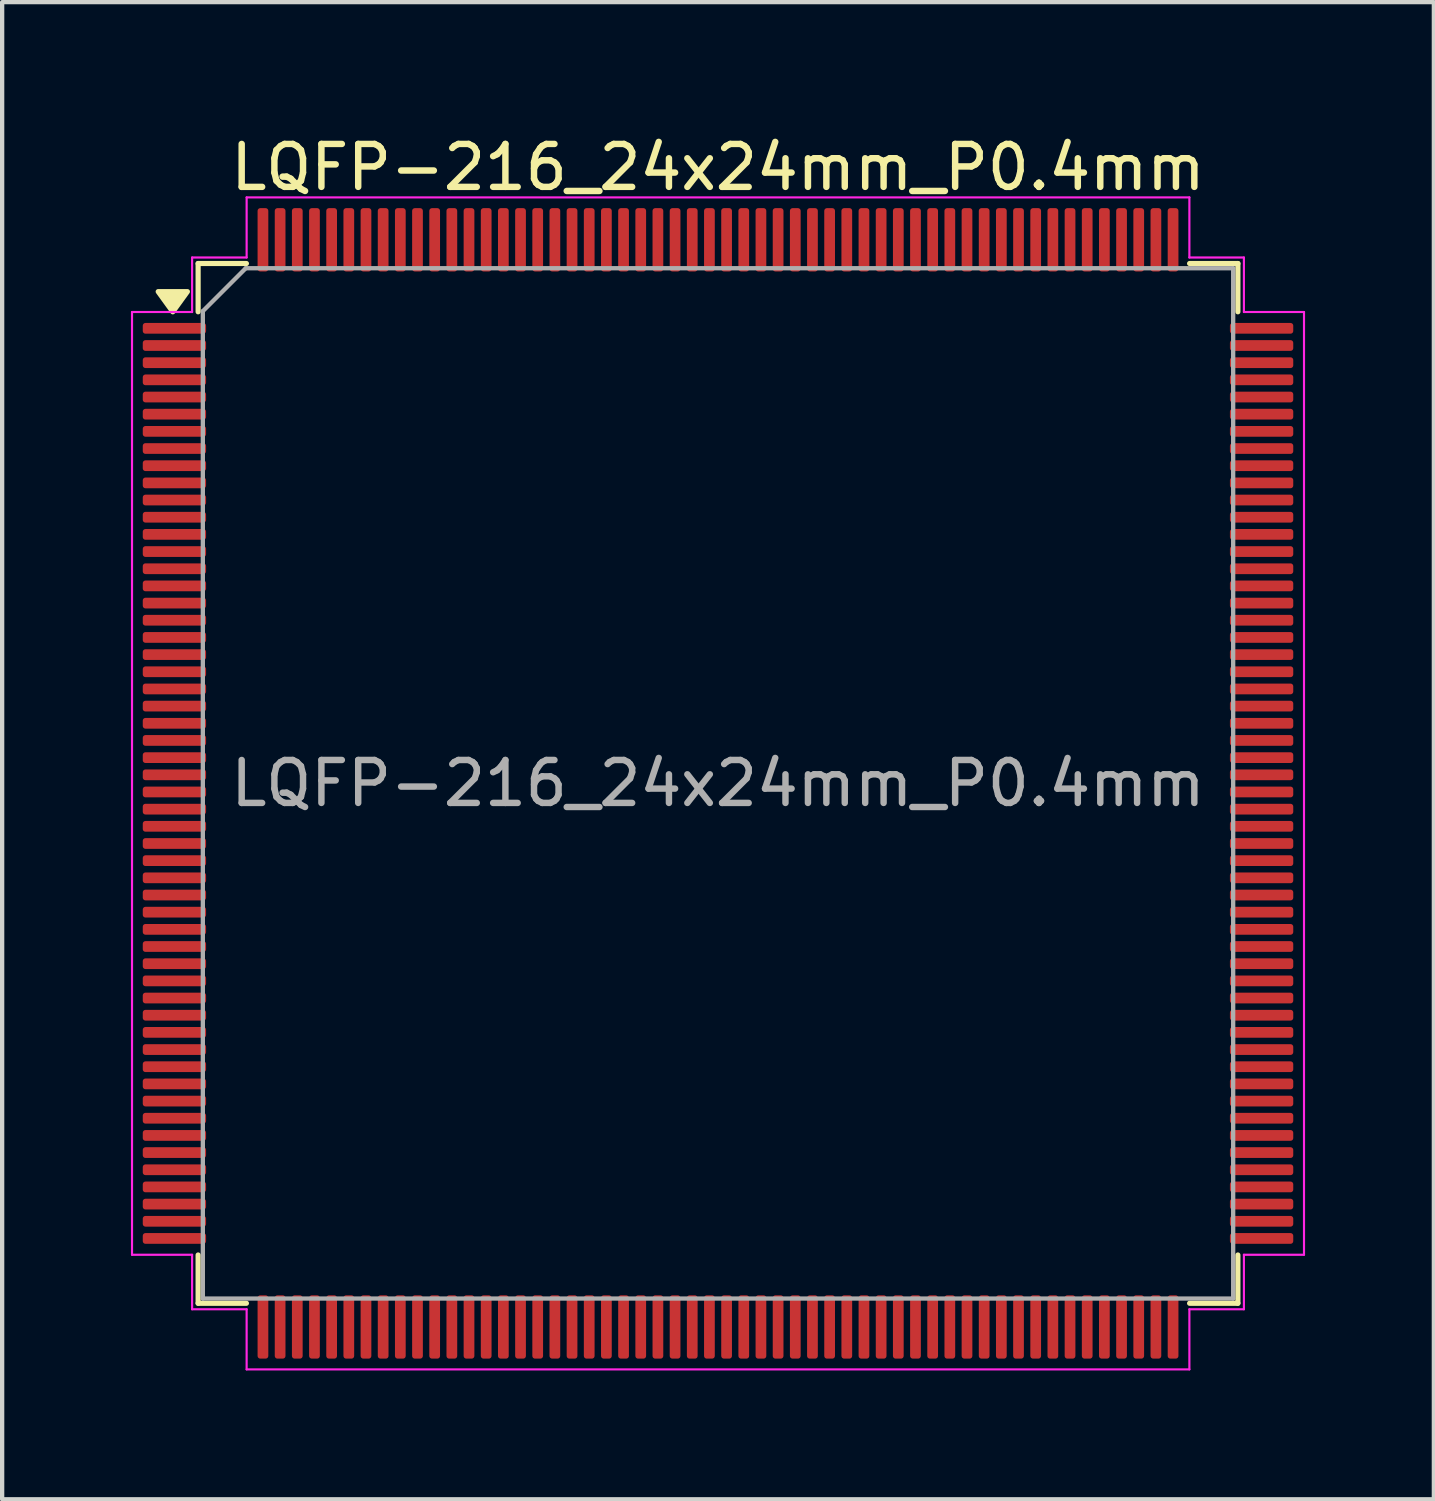
<source format=kicad_pcb>
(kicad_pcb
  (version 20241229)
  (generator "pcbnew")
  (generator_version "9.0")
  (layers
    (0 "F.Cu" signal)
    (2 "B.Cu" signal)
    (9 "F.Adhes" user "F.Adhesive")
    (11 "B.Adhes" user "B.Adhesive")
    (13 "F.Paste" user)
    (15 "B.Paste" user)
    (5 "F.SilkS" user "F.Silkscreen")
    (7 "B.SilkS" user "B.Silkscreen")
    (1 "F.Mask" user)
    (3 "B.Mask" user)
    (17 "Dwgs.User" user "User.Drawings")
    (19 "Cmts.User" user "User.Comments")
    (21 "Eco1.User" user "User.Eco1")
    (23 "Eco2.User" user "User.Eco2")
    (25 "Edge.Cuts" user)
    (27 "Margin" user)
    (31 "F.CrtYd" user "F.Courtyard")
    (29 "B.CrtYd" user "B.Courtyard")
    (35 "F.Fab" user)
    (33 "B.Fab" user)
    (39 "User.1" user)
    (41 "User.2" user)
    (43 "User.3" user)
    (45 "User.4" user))
  (footprint "LQFP-216_24x24mm_P0.4mm"
    (layer "F.Cu")
    (at 13.675 15.198)
    (property "Reference" "LQFP-216_24x24mm_P0.4mm" (at 0 -14.35 0) (layer "F.SilkS") (effects (font (size 1 1) (thickness 0.15))))
    (attr smd)
    (fp_line (start -12.11 -12.11) (end -12.11 -10.985) (stroke (width 0.12) (type solid)) (layer "F.SilkS"))
    (fp_line (start -12.11 12.11) (end -12.11 10.985) (stroke (width 0.12) (type solid)) (layer "F.SilkS"))
    (fp_line (start -10.985 -12.11) (end -12.11 -12.11) (stroke (width 0.12) (type solid)) (layer "F.SilkS"))
    (fp_line (start -10.985 12.11) (end -12.11 12.11) (stroke (width 0.12) (type solid)) (layer "F.SilkS"))
    (fp_line (start 10.985 -12.11) (end 12.11 -12.11) (stroke (width 0.12) (type solid)) (layer "F.SilkS"))
    (fp_line (start 10.985 12.11) (end 12.11 12.11) (stroke (width 0.12) (type solid)) (layer "F.SilkS"))
    (fp_line (start 12.11 -12.11) (end 12.11 -10.985) (stroke (width 0.12) (type solid)) (layer "F.SilkS"))
    (fp_line (start 12.11 12.11) (end 12.11 10.985) (stroke (width 0.12) (type solid)) (layer "F.SilkS"))
    (fp_poly (pts (xy -12.7 -10.985) (xy -13.04 -11.455) (xy -12.36 -11.455)) (stroke (width 0.12) (type solid)) (fill yes) (layer "F.SilkS"))
    (fp_line (start -13.65 -10.98) (end -12.25 -10.98) (stroke (width 0.05) (type solid)) (layer "F.CrtYd"))
    (fp_line (start -13.65 10.98) (end -13.65 -10.98) (stroke (width 0.05) (type solid)) (layer "F.CrtYd"))
    (fp_line (start -12.25 -12.25) (end -10.98 -12.25) (stroke (width 0.05) (type solid)) (layer "F.CrtYd"))
    (fp_line (start -12.25 -10.98) (end -12.25 -12.25) (stroke (width 0.05) (type solid)) (layer "F.CrtYd"))
    (fp_line (start -12.25 10.98) (end -13.65 10.98) (stroke (width 0.05) (type solid)) (layer "F.CrtYd"))
    (fp_line (start -12.25 12.25) (end -12.25 10.98) (stroke (width 0.05) (type solid)) (layer "F.CrtYd"))
    (fp_line (start -10.98 -13.65) (end 10.98 -13.65) (stroke (width 0.05) (type solid)) (layer "F.CrtYd"))
    (fp_line (start -10.98 -12.25) (end -10.98 -13.65) (stroke (width 0.05) (type solid)) (layer "F.CrtYd"))
    (fp_line (start -10.98 12.25) (end -12.25 12.25) (stroke (width 0.05) (type solid)) (layer "F.CrtYd"))
    (fp_line (start -10.98 13.65) (end -10.98 12.25) (stroke (width 0.05) (type solid)) (layer "F.CrtYd"))
    (fp_line (start 10.98 -13.65) (end 10.98 -12.25) (stroke (width 0.05) (type solid)) (layer "F.CrtYd"))
    (fp_line (start 10.98 -12.25) (end 12.25 -12.25) (stroke (width 0.05) (type solid)) (layer "F.CrtYd"))
    (fp_line (start 10.98 12.25) (end 10.98 13.65) (stroke (width 0.05) (type solid)) (layer "F.CrtYd"))
    (fp_line (start 10.98 13.65) (end -10.98 13.65) (stroke (width 0.05) (type solid)) (layer "F.CrtYd"))
    (fp_line (start 12.25 -12.25) (end 12.25 -10.98) (stroke (width 0.05) (type solid)) (layer "F.CrtYd"))
    (fp_line (start 12.25 -10.98) (end 13.65 -10.98) (stroke (width 0.05) (type solid)) (layer "F.CrtYd"))
    (fp_line (start 12.25 10.98) (end 12.25 12.25) (stroke (width 0.05) (type solid)) (layer "F.CrtYd"))
    (fp_line (start 12.25 12.25) (end 10.98 12.25) (stroke (width 0.05) (type solid)) (layer "F.CrtYd"))
    (fp_line (start 13.65 -10.98) (end 13.65 10.98) (stroke (width 0.05) (type solid)) (layer "F.CrtYd"))
    (fp_line (start 13.65 10.98) (end 12.25 10.98) (stroke (width 0.05) (type solid)) (layer "F.CrtYd"))
    (fp_line (start -12 -11) (end -11 -12) (stroke (width 0.1) (type solid)) (layer "F.Fab"))
    (fp_line (start -12 12) (end -12 -11) (stroke (width 0.1) (type solid)) (layer "F.Fab"))
    (fp_line (start -11 -12) (end 12 -12) (stroke (width 0.1) (type solid)) (layer "F.Fab"))
    (fp_line (start 12 -12) (end 12 12) (stroke (width 0.1) (type solid)) (layer "F.Fab"))
    (fp_line (start 12 12) (end -12 12) (stroke (width 0.1) (type solid)) (layer "F.Fab"))
    (fp_text user "${REFERENCE}" (at 0 0 0) (layer "F.Fab") (effects (font (size 1 1) (thickness 0.15))))
    (pad "1" smd roundrect (at -12.662 -10.6) (size 1.475 0.25) (layers "F.Cu" "F.Mask" "F.Paste") (roundrect_rratio 0.25))
    (pad "2" smd roundrect (at -12.662 -10.2) (size 1.475 0.25) (layers "F.Cu" "F.Mask" "F.Paste") (roundrect_rratio 0.25))
    (pad "3" smd roundrect (at -12.662 -9.8) (size 1.475 0.25) (layers "F.Cu" "F.Mask" "F.Paste") (roundrect_rratio 0.25))
    (pad "4" smd roundrect (at -12.662 -9.4) (size 1.475 0.25) (layers "F.Cu" "F.Mask" "F.Paste") (roundrect_rratio 0.25))
    (pad "5" smd roundrect (at -12.662 -9) (size 1.475 0.25) (layers "F.Cu" "F.Mask" "F.Paste") (roundrect_rratio 0.25))
    (pad "6" smd roundrect (at -12.662 -8.6) (size 1.475 0.25) (layers "F.Cu" "F.Mask" "F.Paste") (roundrect_rratio 0.25))
    (pad "7" smd roundrect (at -12.662 -8.2) (size 1.475 0.25) (layers "F.Cu" "F.Mask" "F.Paste") (roundrect_rratio 0.25))
    (pad "8" smd roundrect (at -12.662 -7.8) (size 1.475 0.25) (layers "F.Cu" "F.Mask" "F.Paste") (roundrect_rratio 0.25))
    (pad "9" smd roundrect (at -12.662 -7.4) (size 1.475 0.25) (layers "F.Cu" "F.Mask" "F.Paste") (roundrect_rratio 0.25))
    (pad "10" smd roundrect (at -12.662 -7) (size 1.475 0.25) (layers "F.Cu" "F.Mask" "F.Paste") (roundrect_rratio 0.25))
    (pad "11" smd roundrect (at -12.662 -6.6) (size 1.475 0.25) (layers "F.Cu" "F.Mask" "F.Paste") (roundrect_rratio 0.25))
    (pad "12" smd roundrect (at -12.662 -6.2) (size 1.475 0.25) (layers "F.Cu" "F.Mask" "F.Paste") (roundrect_rratio 0.25))
    (pad "13" smd roundrect (at -12.662 -5.8) (size 1.475 0.25) (layers "F.Cu" "F.Mask" "F.Paste") (roundrect_rratio 0.25))
    (pad "14" smd roundrect (at -12.662 -5.4) (size 1.475 0.25) (layers "F.Cu" "F.Mask" "F.Paste") (roundrect_rratio 0.25))
    (pad "15" smd roundrect (at -12.662 -5) (size 1.475 0.25) (layers "F.Cu" "F.Mask" "F.Paste") (roundrect_rratio 0.25))
    (pad "16" smd roundrect (at -12.662 -4.6) (size 1.475 0.25) (layers "F.Cu" "F.Mask" "F.Paste") (roundrect_rratio 0.25))
    (pad "17" smd roundrect (at -12.662 -4.2) (size 1.475 0.25) (layers "F.Cu" "F.Mask" "F.Paste") (roundrect_rratio 0.25))
    (pad "18" smd roundrect (at -12.662 -3.8) (size 1.475 0.25) (layers "F.Cu" "F.Mask" "F.Paste") (roundrect_rratio 0.25))
    (pad "19" smd roundrect (at -12.662 -3.4) (size 1.475 0.25) (layers "F.Cu" "F.Mask" "F.Paste") (roundrect_rratio 0.25))
    (pad "20" smd roundrect (at -12.662 -3) (size 1.475 0.25) (layers "F.Cu" "F.Mask" "F.Paste") (roundrect_rratio 0.25))
    (pad "21" smd roundrect (at -12.662 -2.6) (size 1.475 0.25) (layers "F.Cu" "F.Mask" "F.Paste") (roundrect_rratio 0.25))
    (pad "22" smd roundrect (at -12.662 -2.2) (size 1.475 0.25) (layers "F.Cu" "F.Mask" "F.Paste") (roundrect_rratio 0.25))
    (pad "23" smd roundrect (at -12.662 -1.8) (size 1.475 0.25) (layers "F.Cu" "F.Mask" "F.Paste") (roundrect_rratio 0.25))
    (pad "24" smd roundrect (at -12.662 -1.4) (size 1.475 0.25) (layers "F.Cu" "F.Mask" "F.Paste") (roundrect_rratio 0.25))
    (pad "25" smd roundrect (at -12.662 -1) (size 1.475 0.25) (layers "F.Cu" "F.Mask" "F.Paste") (roundrect_rratio 0.25))
    (pad "26" smd roundrect (at -12.662 -0.6) (size 1.475 0.25) (layers "F.Cu" "F.Mask" "F.Paste") (roundrect_rratio 0.25))
    (pad "27" smd roundrect (at -12.662 -0.2) (size 1.475 0.25) (layers "F.Cu" "F.Mask" "F.Paste") (roundrect_rratio 0.25))
    (pad "28" smd roundrect (at -12.662 0.2) (size 1.475 0.25) (layers "F.Cu" "F.Mask" "F.Paste") (roundrect_rratio 0.25))
    (pad "29" smd roundrect (at -12.662 0.6) (size 1.475 0.25) (layers "F.Cu" "F.Mask" "F.Paste") (roundrect_rratio 0.25))
    (pad "30" smd roundrect (at -12.662 1) (size 1.475 0.25) (layers "F.Cu" "F.Mask" "F.Paste") (roundrect_rratio 0.25))
    (pad "31" smd roundrect (at -12.662 1.4) (size 1.475 0.25) (layers "F.Cu" "F.Mask" "F.Paste") (roundrect_rratio 0.25))
    (pad "32" smd roundrect (at -12.662 1.8) (size 1.475 0.25) (layers "F.Cu" "F.Mask" "F.Paste") (roundrect_rratio 0.25))
    (pad "33" smd roundrect (at -12.662 2.2) (size 1.475 0.25) (layers "F.Cu" "F.Mask" "F.Paste") (roundrect_rratio 0.25))
    (pad "34" smd roundrect (at -12.662 2.6) (size 1.475 0.25) (layers "F.Cu" "F.Mask" "F.Paste") (roundrect_rratio 0.25))
    (pad "35" smd roundrect (at -12.662 3) (size 1.475 0.25) (layers "F.Cu" "F.Mask" "F.Paste") (roundrect_rratio 0.25))
    (pad "36" smd roundrect (at -12.662 3.4) (size 1.475 0.25) (layers "F.Cu" "F.Mask" "F.Paste") (roundrect_rratio 0.25))
    (pad "37" smd roundrect (at -12.662 3.8) (size 1.475 0.25) (layers "F.Cu" "F.Mask" "F.Paste") (roundrect_rratio 0.25))
    (pad "38" smd roundrect (at -12.662 4.2) (size 1.475 0.25) (layers "F.Cu" "F.Mask" "F.Paste") (roundrect_rratio 0.25))
    (pad "39" smd roundrect (at -12.662 4.6) (size 1.475 0.25) (layers "F.Cu" "F.Mask" "F.Paste") (roundrect_rratio 0.25))
    (pad "40" smd roundrect (at -12.662 5) (size 1.475 0.25) (layers "F.Cu" "F.Mask" "F.Paste") (roundrect_rratio 0.25))
    (pad "41" smd roundrect (at -12.662 5.4) (size 1.475 0.25) (layers "F.Cu" "F.Mask" "F.Paste") (roundrect_rratio 0.25))
    (pad "42" smd roundrect (at -12.662 5.8) (size 1.475 0.25) (layers "F.Cu" "F.Mask" "F.Paste") (roundrect_rratio 0.25))
    (pad "43" smd roundrect (at -12.662 6.2) (size 1.475 0.25) (layers "F.Cu" "F.Mask" "F.Paste") (roundrect_rratio 0.25))
    (pad "44" smd roundrect (at -12.662 6.6) (size 1.475 0.25) (layers "F.Cu" "F.Mask" "F.Paste") (roundrect_rratio 0.25))
    (pad "45" smd roundrect (at -12.662 7) (size 1.475 0.25) (layers "F.Cu" "F.Mask" "F.Paste") (roundrect_rratio 0.25))
    (pad "46" smd roundrect (at -12.662 7.4) (size 1.475 0.25) (layers "F.Cu" "F.Mask" "F.Paste") (roundrect_rratio 0.25))
    (pad "47" smd roundrect (at -12.662 7.8) (size 1.475 0.25) (layers "F.Cu" "F.Mask" "F.Paste") (roundrect_rratio 0.25))
    (pad "48" smd roundrect (at -12.662 8.2) (size 1.475 0.25) (layers "F.Cu" "F.Mask" "F.Paste") (roundrect_rratio 0.25))
    (pad "49" smd roundrect (at -12.662 8.6) (size 1.475 0.25) (layers "F.Cu" "F.Mask" "F.Paste") (roundrect_rratio 0.25))
    (pad "50" smd roundrect (at -12.662 9) (size 1.475 0.25) (layers "F.Cu" "F.Mask" "F.Paste") (roundrect_rratio 0.25))
    (pad "51" smd roundrect (at -12.662 9.4) (size 1.475 0.25) (layers "F.Cu" "F.Mask" "F.Paste") (roundrect_rratio 0.25))
    (pad "52" smd roundrect (at -12.662 9.8) (size 1.475 0.25) (layers "F.Cu" "F.Mask" "F.Paste") (roundrect_rratio 0.25))
    (pad "53" smd roundrect (at -12.662 10.2) (size 1.475 0.25) (layers "F.Cu" "F.Mask" "F.Paste") (roundrect_rratio 0.25))
    (pad "54" smd roundrect (at -12.662 10.6) (size 1.475 0.25) (layers "F.Cu" "F.Mask" "F.Paste") (roundrect_rratio 0.25))
    (pad "55" smd roundrect (at -10.6 12.662) (size 0.25 1.475) (layers "F.Cu" "F.Mask" "F.Paste") (roundrect_rratio 0.25))
    (pad "56" smd roundrect (at -10.2 12.662) (size 0.25 1.475) (layers "F.Cu" "F.Mask" "F.Paste") (roundrect_rratio 0.25))
    (pad "57" smd roundrect (at -9.8 12.662) (size 0.25 1.475) (layers "F.Cu" "F.Mask" "F.Paste") (roundrect_rratio 0.25))
    (pad "58" smd roundrect (at -9.4 12.662) (size 0.25 1.475) (layers "F.Cu" "F.Mask" "F.Paste") (roundrect_rratio 0.25))
    (pad "59" smd roundrect (at -9 12.662) (size 0.25 1.475) (layers "F.Cu" "F.Mask" "F.Paste") (roundrect_rratio 0.25))
    (pad "60" smd roundrect (at -8.6 12.662) (size 0.25 1.475) (layers "F.Cu" "F.Mask" "F.Paste") (roundrect_rratio 0.25))
    (pad "61" smd roundrect (at -8.2 12.662) (size 0.25 1.475) (layers "F.Cu" "F.Mask" "F.Paste") (roundrect_rratio 0.25))
    (pad "62" smd roundrect (at -7.8 12.662) (size 0.25 1.475) (layers "F.Cu" "F.Mask" "F.Paste") (roundrect_rratio 0.25))
    (pad "63" smd roundrect (at -7.4 12.662) (size 0.25 1.475) (layers "F.Cu" "F.Mask" "F.Paste") (roundrect_rratio 0.25))
    (pad "64" smd roundrect (at -7 12.662) (size 0.25 1.475) (layers "F.Cu" "F.Mask" "F.Paste") (roundrect_rratio 0.25))
    (pad "65" smd roundrect (at -6.6 12.662) (size 0.25 1.475) (layers "F.Cu" "F.Mask" "F.Paste") (roundrect_rratio 0.25))
    (pad "66" smd roundrect (at -6.2 12.662) (size 0.25 1.475) (layers "F.Cu" "F.Mask" "F.Paste") (roundrect_rratio 0.25))
    (pad "67" smd roundrect (at -5.8 12.662) (size 0.25 1.475) (layers "F.Cu" "F.Mask" "F.Paste") (roundrect_rratio 0.25))
    (pad "68" smd roundrect (at -5.4 12.662) (size 0.25 1.475) (layers "F.Cu" "F.Mask" "F.Paste") (roundrect_rratio 0.25))
    (pad "69" smd roundrect (at -5 12.662) (size 0.25 1.475) (layers "F.Cu" "F.Mask" "F.Paste") (roundrect_rratio 0.25))
    (pad "70" smd roundrect (at -4.6 12.662) (size 0.25 1.475) (layers "F.Cu" "F.Mask" "F.Paste") (roundrect_rratio 0.25))
    (pad "71" smd roundrect (at -4.2 12.662) (size 0.25 1.475) (layers "F.Cu" "F.Mask" "F.Paste") (roundrect_rratio 0.25))
    (pad "72" smd roundrect (at -3.8 12.662) (size 0.25 1.475) (layers "F.Cu" "F.Mask" "F.Paste") (roundrect_rratio 0.25))
    (pad "73" smd roundrect (at -3.4 12.662) (size 0.25 1.475) (layers "F.Cu" "F.Mask" "F.Paste") (roundrect_rratio 0.25))
    (pad "74" smd roundrect (at -3 12.662) (size 0.25 1.475) (layers "F.Cu" "F.Mask" "F.Paste") (roundrect_rratio 0.25))
    (pad "75" smd roundrect (at -2.6 12.662) (size 0.25 1.475) (layers "F.Cu" "F.Mask" "F.Paste") (roundrect_rratio 0.25))
    (pad "76" smd roundrect (at -2.2 12.662) (size 0.25 1.475) (layers "F.Cu" "F.Mask" "F.Paste") (roundrect_rratio 0.25))
    (pad "77" smd roundrect (at -1.8 12.662) (size 0.25 1.475) (layers "F.Cu" "F.Mask" "F.Paste") (roundrect_rratio 0.25))
    (pad "78" smd roundrect (at -1.4 12.662) (size 0.25 1.475) (layers "F.Cu" "F.Mask" "F.Paste") (roundrect_rratio 0.25))
    (pad "79" smd roundrect (at -1 12.662) (size 0.25 1.475) (layers "F.Cu" "F.Mask" "F.Paste") (roundrect_rratio 0.25))
    (pad "80" smd roundrect (at -0.6 12.662) (size 0.25 1.475) (layers "F.Cu" "F.Mask" "F.Paste") (roundrect_rratio 0.25))
    (pad "81" smd roundrect (at -0.2 12.662) (size 0.25 1.475) (layers "F.Cu" "F.Mask" "F.Paste") (roundrect_rratio 0.25))
    (pad "82" smd roundrect (at 0.2 12.662) (size 0.25 1.475) (layers "F.Cu" "F.Mask" "F.Paste") (roundrect_rratio 0.25))
    (pad "83" smd roundrect (at 0.6 12.662) (size 0.25 1.475) (layers "F.Cu" "F.Mask" "F.Paste") (roundrect_rratio 0.25))
    (pad "84" smd roundrect (at 1 12.662) (size 0.25 1.475) (layers "F.Cu" "F.Mask" "F.Paste") (roundrect_rratio 0.25))
    (pad "85" smd roundrect (at 1.4 12.662) (size 0.25 1.475) (layers "F.Cu" "F.Mask" "F.Paste") (roundrect_rratio 0.25))
    (pad "86" smd roundrect (at 1.8 12.662) (size 0.25 1.475) (layers "F.Cu" "F.Mask" "F.Paste") (roundrect_rratio 0.25))
    (pad "87" smd roundrect (at 2.2 12.662) (size 0.25 1.475) (layers "F.Cu" "F.Mask" "F.Paste") (roundrect_rratio 0.25))
    (pad "88" smd roundrect (at 2.6 12.662) (size 0.25 1.475) (layers "F.Cu" "F.Mask" "F.Paste") (roundrect_rratio 0.25))
    (pad "89" smd roundrect (at 3 12.662) (size 0.25 1.475) (layers "F.Cu" "F.Mask" "F.Paste") (roundrect_rratio 0.25))
    (pad "90" smd roundrect (at 3.4 12.662) (size 0.25 1.475) (layers "F.Cu" "F.Mask" "F.Paste") (roundrect_rratio 0.25))
    (pad "91" smd roundrect (at 3.8 12.662) (size 0.25 1.475) (layers "F.Cu" "F.Mask" "F.Paste") (roundrect_rratio 0.25))
    (pad "92" smd roundrect (at 4.2 12.662) (size 0.25 1.475) (layers "F.Cu" "F.Mask" "F.Paste") (roundrect_rratio 0.25))
    (pad "93" smd roundrect (at 4.6 12.662) (size 0.25 1.475) (layers "F.Cu" "F.Mask" "F.Paste") (roundrect_rratio 0.25))
    (pad "94" smd roundrect (at 5 12.662) (size 0.25 1.475) (layers "F.Cu" "F.Mask" "F.Paste") (roundrect_rratio 0.25))
    (pad "95" smd roundrect (at 5.4 12.662) (size 0.25 1.475) (layers "F.Cu" "F.Mask" "F.Paste") (roundrect_rratio 0.25))
    (pad "96" smd roundrect (at 5.8 12.662) (size 0.25 1.475) (layers "F.Cu" "F.Mask" "F.Paste") (roundrect_rratio 0.25))
    (pad "97" smd roundrect (at 6.2 12.662) (size 0.25 1.475) (layers "F.Cu" "F.Mask" "F.Paste") (roundrect_rratio 0.25))
    (pad "98" smd roundrect (at 6.6 12.662) (size 0.25 1.475) (layers "F.Cu" "F.Mask" "F.Paste") (roundrect_rratio 0.25))
    (pad "99" smd roundrect (at 7 12.662) (size 0.25 1.475) (layers "F.Cu" "F.Mask" "F.Paste") (roundrect_rratio 0.25))
    (pad "100" smd roundrect (at 7.4 12.662) (size 0.25 1.475) (layers "F.Cu" "F.Mask" "F.Paste") (roundrect_rratio 0.25))
    (pad "101" smd roundrect (at 7.8 12.662) (size 0.25 1.475) (layers "F.Cu" "F.Mask" "F.Paste") (roundrect_rratio 0.25))
    (pad "102" smd roundrect (at 8.2 12.662) (size 0.25 1.475) (layers "F.Cu" "F.Mask" "F.Paste") (roundrect_rratio 0.25))
    (pad "103" smd roundrect (at 8.6 12.662) (size 0.25 1.475) (layers "F.Cu" "F.Mask" "F.Paste") (roundrect_rratio 0.25))
    (pad "104" smd roundrect (at 9 12.662) (size 0.25 1.475) (layers "F.Cu" "F.Mask" "F.Paste") (roundrect_rratio 0.25))
    (pad "105" smd roundrect (at 9.4 12.662) (size 0.25 1.475) (layers "F.Cu" "F.Mask" "F.Paste") (roundrect_rratio 0.25))
    (pad "106" smd roundrect (at 9.8 12.662) (size 0.25 1.475) (layers "F.Cu" "F.Mask" "F.Paste") (roundrect_rratio 0.25))
    (pad "107" smd roundrect (at 10.2 12.662) (size 0.25 1.475) (layers "F.Cu" "F.Mask" "F.Paste") (roundrect_rratio 0.25))
    (pad "108" smd roundrect (at 10.6 12.662) (size 0.25 1.475) (layers "F.Cu" "F.Mask" "F.Paste") (roundrect_rratio 0.25))
    (pad "109" smd roundrect (at 12.662 10.6) (size 1.475 0.25) (layers "F.Cu" "F.Mask" "F.Paste") (roundrect_rratio 0.25))
    (pad "110" smd roundrect (at 12.662 10.2) (size 1.475 0.25) (layers "F.Cu" "F.Mask" "F.Paste") (roundrect_rratio 0.25))
    (pad "111" smd roundrect (at 12.662 9.8) (size 1.475 0.25) (layers "F.Cu" "F.Mask" "F.Paste") (roundrect_rratio 0.25))
    (pad "112" smd roundrect (at 12.662 9.4) (size 1.475 0.25) (layers "F.Cu" "F.Mask" "F.Paste") (roundrect_rratio 0.25))
    (pad "113" smd roundrect (at 12.662 9) (size 1.475 0.25) (layers "F.Cu" "F.Mask" "F.Paste") (roundrect_rratio 0.25))
    (pad "114" smd roundrect (at 12.662 8.6) (size 1.475 0.25) (layers "F.Cu" "F.Mask" "F.Paste") (roundrect_rratio 0.25))
    (pad "115" smd roundrect (at 12.662 8.2) (size 1.475 0.25) (layers "F.Cu" "F.Mask" "F.Paste") (roundrect_rratio 0.25))
    (pad "116" smd roundrect (at 12.662 7.8) (size 1.475 0.25) (layers "F.Cu" "F.Mask" "F.Paste") (roundrect_rratio 0.25))
    (pad "117" smd roundrect (at 12.662 7.4) (size 1.475 0.25) (layers "F.Cu" "F.Mask" "F.Paste") (roundrect_rratio 0.25))
    (pad "118" smd roundrect (at 12.662 7) (size 1.475 0.25) (layers "F.Cu" "F.Mask" "F.Paste") (roundrect_rratio 0.25))
    (pad "119" smd roundrect (at 12.662 6.6) (size 1.475 0.25) (layers "F.Cu" "F.Mask" "F.Paste") (roundrect_rratio 0.25))
    (pad "120" smd roundrect (at 12.662 6.2) (size 1.475 0.25) (layers "F.Cu" "F.Mask" "F.Paste") (roundrect_rratio 0.25))
    (pad "121" smd roundrect (at 12.662 5.8) (size 1.475 0.25) (layers "F.Cu" "F.Mask" "F.Paste") (roundrect_rratio 0.25))
    (pad "122" smd roundrect (at 12.662 5.4) (size 1.475 0.25) (layers "F.Cu" "F.Mask" "F.Paste") (roundrect_rratio 0.25))
    (pad "123" smd roundrect (at 12.662 5) (size 1.475 0.25) (layers "F.Cu" "F.Mask" "F.Paste") (roundrect_rratio 0.25))
    (pad "124" smd roundrect (at 12.662 4.6) (size 1.475 0.25) (layers "F.Cu" "F.Mask" "F.Paste") (roundrect_rratio 0.25))
    (pad "125" smd roundrect (at 12.662 4.2) (size 1.475 0.25) (layers "F.Cu" "F.Mask" "F.Paste") (roundrect_rratio 0.25))
    (pad "126" smd roundrect (at 12.662 3.8) (size 1.475 0.25) (layers "F.Cu" "F.Mask" "F.Paste") (roundrect_rratio 0.25))
    (pad "127" smd roundrect (at 12.662 3.4) (size 1.475 0.25) (layers "F.Cu" "F.Mask" "F.Paste") (roundrect_rratio 0.25))
    (pad "128" smd roundrect (at 12.662 3) (size 1.475 0.25) (layers "F.Cu" "F.Mask" "F.Paste") (roundrect_rratio 0.25))
    (pad "129" smd roundrect (at 12.662 2.6) (size 1.475 0.25) (layers "F.Cu" "F.Mask" "F.Paste") (roundrect_rratio 0.25))
    (pad "130" smd roundrect (at 12.662 2.2) (size 1.475 0.25) (layers "F.Cu" "F.Mask" "F.Paste") (roundrect_rratio 0.25))
    (pad "131" smd roundrect (at 12.662 1.8) (size 1.475 0.25) (layers "F.Cu" "F.Mask" "F.Paste") (roundrect_rratio 0.25))
    (pad "132" smd roundrect (at 12.662 1.4) (size 1.475 0.25) (layers "F.Cu" "F.Mask" "F.Paste") (roundrect_rratio 0.25))
    (pad "133" smd roundrect (at 12.662 1) (size 1.475 0.25) (layers "F.Cu" "F.Mask" "F.Paste") (roundrect_rratio 0.25))
    (pad "134" smd roundrect (at 12.662 0.6) (size 1.475 0.25) (layers "F.Cu" "F.Mask" "F.Paste") (roundrect_rratio 0.25))
    (pad "135" smd roundrect (at 12.662 0.2) (size 1.475 0.25) (layers "F.Cu" "F.Mask" "F.Paste") (roundrect_rratio 0.25))
    (pad "136" smd roundrect (at 12.662 -0.2) (size 1.475 0.25) (layers "F.Cu" "F.Mask" "F.Paste") (roundrect_rratio 0.25))
    (pad "137" smd roundrect (at 12.662 -0.6) (size 1.475 0.25) (layers "F.Cu" "F.Mask" "F.Paste") (roundrect_rratio 0.25))
    (pad "138" smd roundrect (at 12.662 -1) (size 1.475 0.25) (layers "F.Cu" "F.Mask" "F.Paste") (roundrect_rratio 0.25))
    (pad "139" smd roundrect (at 12.662 -1.4) (size 1.475 0.25) (layers "F.Cu" "F.Mask" "F.Paste") (roundrect_rratio 0.25))
    (pad "140" smd roundrect (at 12.662 -1.8) (size 1.475 0.25) (layers "F.Cu" "F.Mask" "F.Paste") (roundrect_rratio 0.25))
    (pad "141" smd roundrect (at 12.662 -2.2) (size 1.475 0.25) (layers "F.Cu" "F.Mask" "F.Paste") (roundrect_rratio 0.25))
    (pad "142" smd roundrect (at 12.662 -2.6) (size 1.475 0.25) (layers "F.Cu" "F.Mask" "F.Paste") (roundrect_rratio 0.25))
    (pad "143" smd roundrect (at 12.662 -3) (size 1.475 0.25) (layers "F.Cu" "F.Mask" "F.Paste") (roundrect_rratio 0.25))
    (pad "144" smd roundrect (at 12.662 -3.4) (size 1.475 0.25) (layers "F.Cu" "F.Mask" "F.Paste") (roundrect_rratio 0.25))
    (pad "145" smd roundrect (at 12.662 -3.8) (size 1.475 0.25) (layers "F.Cu" "F.Mask" "F.Paste") (roundrect_rratio 0.25))
    (pad "146" smd roundrect (at 12.662 -4.2) (size 1.475 0.25) (layers "F.Cu" "F.Mask" "F.Paste") (roundrect_rratio 0.25))
    (pad "147" smd roundrect (at 12.662 -4.6) (size 1.475 0.25) (layers "F.Cu" "F.Mask" "F.Paste") (roundrect_rratio 0.25))
    (pad "148" smd roundrect (at 12.662 -5) (size 1.475 0.25) (layers "F.Cu" "F.Mask" "F.Paste") (roundrect_rratio 0.25))
    (pad "149" smd roundrect (at 12.662 -5.4) (size 1.475 0.25) (layers "F.Cu" "F.Mask" "F.Paste") (roundrect_rratio 0.25))
    (pad "150" smd roundrect (at 12.662 -5.8) (size 1.475 0.25) (layers "F.Cu" "F.Mask" "F.Paste") (roundrect_rratio 0.25))
    (pad "151" smd roundrect (at 12.662 -6.2) (size 1.475 0.25) (layers "F.Cu" "F.Mask" "F.Paste") (roundrect_rratio 0.25))
    (pad "152" smd roundrect (at 12.662 -6.6) (size 1.475 0.25) (layers "F.Cu" "F.Mask" "F.Paste") (roundrect_rratio 0.25))
    (pad "153" smd roundrect (at 12.662 -7) (size 1.475 0.25) (layers "F.Cu" "F.Mask" "F.Paste") (roundrect_rratio 0.25))
    (pad "154" smd roundrect (at 12.662 -7.4) (size 1.475 0.25) (layers "F.Cu" "F.Mask" "F.Paste") (roundrect_rratio 0.25))
    (pad "155" smd roundrect (at 12.662 -7.8) (size 1.475 0.25) (layers "F.Cu" "F.Mask" "F.Paste") (roundrect_rratio 0.25))
    (pad "156" smd roundrect (at 12.662 -8.2) (size 1.475 0.25) (layers "F.Cu" "F.Mask" "F.Paste") (roundrect_rratio 0.25))
    (pad "157" smd roundrect (at 12.662 -8.6) (size 1.475 0.25) (layers "F.Cu" "F.Mask" "F.Paste") (roundrect_rratio 0.25))
    (pad "158" smd roundrect (at 12.662 -9) (size 1.475 0.25) (layers "F.Cu" "F.Mask" "F.Paste") (roundrect_rratio 0.25))
    (pad "159" smd roundrect (at 12.662 -9.4) (size 1.475 0.25) (layers "F.Cu" "F.Mask" "F.Paste") (roundrect_rratio 0.25))
    (pad "160" smd roundrect (at 12.662 -9.8) (size 1.475 0.25) (layers "F.Cu" "F.Mask" "F.Paste") (roundrect_rratio 0.25))
    (pad "161" smd roundrect (at 12.662 -10.2) (size 1.475 0.25) (layers "F.Cu" "F.Mask" "F.Paste") (roundrect_rratio 0.25))
    (pad "162" smd roundrect (at 12.662 -10.6) (size 1.475 0.25) (layers "F.Cu" "F.Mask" "F.Paste") (roundrect_rratio 0.25))
    (pad "163" smd roundrect (at 10.6 -12.662) (size 0.25 1.475) (layers "F.Cu" "F.Mask" "F.Paste") (roundrect_rratio 0.25))
    (pad "164" smd roundrect (at 10.2 -12.662) (size 0.25 1.475) (layers "F.Cu" "F.Mask" "F.Paste") (roundrect_rratio 0.25))
    (pad "165" smd roundrect (at 9.8 -12.662) (size 0.25 1.475) (layers "F.Cu" "F.Mask" "F.Paste") (roundrect_rratio 0.25))
    (pad "166" smd roundrect (at 9.4 -12.662) (size 0.25 1.475) (layers "F.Cu" "F.Mask" "F.Paste") (roundrect_rratio 0.25))
    (pad "167" smd roundrect (at 9 -12.662) (size 0.25 1.475) (layers "F.Cu" "F.Mask" "F.Paste") (roundrect_rratio 0.25))
    (pad "168" smd roundrect (at 8.6 -12.662) (size 0.25 1.475) (layers "F.Cu" "F.Mask" "F.Paste") (roundrect_rratio 0.25))
    (pad "169" smd roundrect (at 8.2 -12.662) (size 0.25 1.475) (layers "F.Cu" "F.Mask" "F.Paste") (roundrect_rratio 0.25))
    (pad "170" smd roundrect (at 7.8 -12.662) (size 0.25 1.475) (layers "F.Cu" "F.Mask" "F.Paste") (roundrect_rratio 0.25))
    (pad "171" smd roundrect (at 7.4 -12.662) (size 0.25 1.475) (layers "F.Cu" "F.Mask" "F.Paste") (roundrect_rratio 0.25))
    (pad "172" smd roundrect (at 7 -12.662) (size 0.25 1.475) (layers "F.Cu" "F.Mask" "F.Paste") (roundrect_rratio 0.25))
    (pad "173" smd roundrect (at 6.6 -12.662) (size 0.25 1.475) (layers "F.Cu" "F.Mask" "F.Paste") (roundrect_rratio 0.25))
    (pad "174" smd roundrect (at 6.2 -12.662) (size 0.25 1.475) (layers "F.Cu" "F.Mask" "F.Paste") (roundrect_rratio 0.25))
    (pad "175" smd roundrect (at 5.8 -12.662) (size 0.25 1.475) (layers "F.Cu" "F.Mask" "F.Paste") (roundrect_rratio 0.25))
    (pad "176" smd roundrect (at 5.4 -12.662) (size 0.25 1.475) (layers "F.Cu" "F.Mask" "F.Paste") (roundrect_rratio 0.25))
    (pad "177" smd roundrect (at 5 -12.662) (size 0.25 1.475) (layers "F.Cu" "F.Mask" "F.Paste") (roundrect_rratio 0.25))
    (pad "178" smd roundrect (at 4.6 -12.662) (size 0.25 1.475) (layers "F.Cu" "F.Mask" "F.Paste") (roundrect_rratio 0.25))
    (pad "179" smd roundrect (at 4.2 -12.662) (size 0.25 1.475) (layers "F.Cu" "F.Mask" "F.Paste") (roundrect_rratio 0.25))
    (pad "180" smd roundrect (at 3.8 -12.662) (size 0.25 1.475) (layers "F.Cu" "F.Mask" "F.Paste") (roundrect_rratio 0.25))
    (pad "181" smd roundrect (at 3.4 -12.662) (size 0.25 1.475) (layers "F.Cu" "F.Mask" "F.Paste") (roundrect_rratio 0.25))
    (pad "182" smd roundrect (at 3 -12.662) (size 0.25 1.475) (layers "F.Cu" "F.Mask" "F.Paste") (roundrect_rratio 0.25))
    (pad "183" smd roundrect (at 2.6 -12.662) (size 0.25 1.475) (layers "F.Cu" "F.Mask" "F.Paste") (roundrect_rratio 0.25))
    (pad "184" smd roundrect (at 2.2 -12.662) (size 0.25 1.475) (layers "F.Cu" "F.Mask" "F.Paste") (roundrect_rratio 0.25))
    (pad "185" smd roundrect (at 1.8 -12.662) (size 0.25 1.475) (layers "F.Cu" "F.Mask" "F.Paste") (roundrect_rratio 0.25))
    (pad "186" smd roundrect (at 1.4 -12.662) (size 0.25 1.475) (layers "F.Cu" "F.Mask" "F.Paste") (roundrect_rratio 0.25))
    (pad "187" smd roundrect (at 1 -12.662) (size 0.25 1.475) (layers "F.Cu" "F.Mask" "F.Paste") (roundrect_rratio 0.25))
    (pad "188" smd roundrect (at 0.6 -12.662) (size 0.25 1.475) (layers "F.Cu" "F.Mask" "F.Paste") (roundrect_rratio 0.25))
    (pad "189" smd roundrect (at 0.2 -12.662) (size 0.25 1.475) (layers "F.Cu" "F.Mask" "F.Paste") (roundrect_rratio 0.25))
    (pad "190" smd roundrect (at -0.2 -12.662) (size 0.25 1.475) (layers "F.Cu" "F.Mask" "F.Paste") (roundrect_rratio 0.25))
    (pad "191" smd roundrect (at -0.6 -12.662) (size 0.25 1.475) (layers "F.Cu" "F.Mask" "F.Paste") (roundrect_rratio 0.25))
    (pad "192" smd roundrect (at -1 -12.662) (size 0.25 1.475) (layers "F.Cu" "F.Mask" "F.Paste") (roundrect_rratio 0.25))
    (pad "193" smd roundrect (at -1.4 -12.662) (size 0.25 1.475) (layers "F.Cu" "F.Mask" "F.Paste") (roundrect_rratio 0.25))
    (pad "194" smd roundrect (at -1.8 -12.662) (size 0.25 1.475) (layers "F.Cu" "F.Mask" "F.Paste") (roundrect_rratio 0.25))
    (pad "195" smd roundrect (at -2.2 -12.662) (size 0.25 1.475) (layers "F.Cu" "F.Mask" "F.Paste") (roundrect_rratio 0.25))
    (pad "196" smd roundrect (at -2.6 -12.662) (size 0.25 1.475) (layers "F.Cu" "F.Mask" "F.Paste") (roundrect_rratio 0.25))
    (pad "197" smd roundrect (at -3 -12.662) (size 0.25 1.475) (layers "F.Cu" "F.Mask" "F.Paste") (roundrect_rratio 0.25))
    (pad "198" smd roundrect (at -3.4 -12.662) (size 0.25 1.475) (layers "F.Cu" "F.Mask" "F.Paste") (roundrect_rratio 0.25))
    (pad "199" smd roundrect (at -3.8 -12.662) (size 0.25 1.475) (layers "F.Cu" "F.Mask" "F.Paste") (roundrect_rratio 0.25))
    (pad "200" smd roundrect (at -4.2 -12.662) (size 0.25 1.475) (layers "F.Cu" "F.Mask" "F.Paste") (roundrect_rratio 0.25))
    (pad "201" smd roundrect (at -4.6 -12.662) (size 0.25 1.475) (layers "F.Cu" "F.Mask" "F.Paste") (roundrect_rratio 0.25))
    (pad "202" smd roundrect (at -5 -12.662) (size 0.25 1.475) (layers "F.Cu" "F.Mask" "F.Paste") (roundrect_rratio 0.25))
    (pad "203" smd roundrect (at -5.4 -12.662) (size 0.25 1.475) (layers "F.Cu" "F.Mask" "F.Paste") (roundrect_rratio 0.25))
    (pad "204" smd roundrect (at -5.8 -12.662) (size 0.25 1.475) (layers "F.Cu" "F.Mask" "F.Paste") (roundrect_rratio 0.25))
    (pad "205" smd roundrect (at -6.2 -12.662) (size 0.25 1.475) (layers "F.Cu" "F.Mask" "F.Paste") (roundrect_rratio 0.25))
    (pad "206" smd roundrect (at -6.6 -12.662) (size 0.25 1.475) (layers "F.Cu" "F.Mask" "F.Paste") (roundrect_rratio 0.25))
    (pad "207" smd roundrect (at -7 -12.662) (size 0.25 1.475) (layers "F.Cu" "F.Mask" "F.Paste") (roundrect_rratio 0.25))
    (pad "208" smd roundrect (at -7.4 -12.662) (size 0.25 1.475) (layers "F.Cu" "F.Mask" "F.Paste") (roundrect_rratio 0.25))
    (pad "209" smd roundrect (at -7.8 -12.662) (size 0.25 1.475) (layers "F.Cu" "F.Mask" "F.Paste") (roundrect_rratio 0.25))
    (pad "210" smd roundrect (at -8.2 -12.662) (size 0.25 1.475) (layers "F.Cu" "F.Mask" "F.Paste") (roundrect_rratio 0.25))
    (pad "211" smd roundrect (at -8.6 -12.662) (size 0.25 1.475) (layers "F.Cu" "F.Mask" "F.Paste") (roundrect_rratio 0.25))
    (pad "212" smd roundrect (at -9 -12.662) (size 0.25 1.475) (layers "F.Cu" "F.Mask" "F.Paste") (roundrect_rratio 0.25))
    (pad "213" smd roundrect (at -9.4 -12.662) (size 0.25 1.475) (layers "F.Cu" "F.Mask" "F.Paste") (roundrect_rratio 0.25))
    (pad "214" smd roundrect (at -9.8 -12.662) (size 0.25 1.475) (layers "F.Cu" "F.Mask" "F.Paste") (roundrect_rratio 0.25))
    (pad "215" smd roundrect (at -10.2 -12.662) (size 0.25 1.475) (layers "F.Cu" "F.Mask" "F.Paste") (roundrect_rratio 0.25))
    (pad "216" smd roundrect (at -10.6 -12.662) (size 0.25 1.475) (layers "F.Cu" "F.Mask" "F.Paste") (roundrect_rratio 0.25)))
  (gr_rect
    (start -3 -3)
    (end 30.35 31.873)
    (stroke (width 0.1) (type default))
    (fill no)
    (layer "Edge.Cuts")))
</source>
